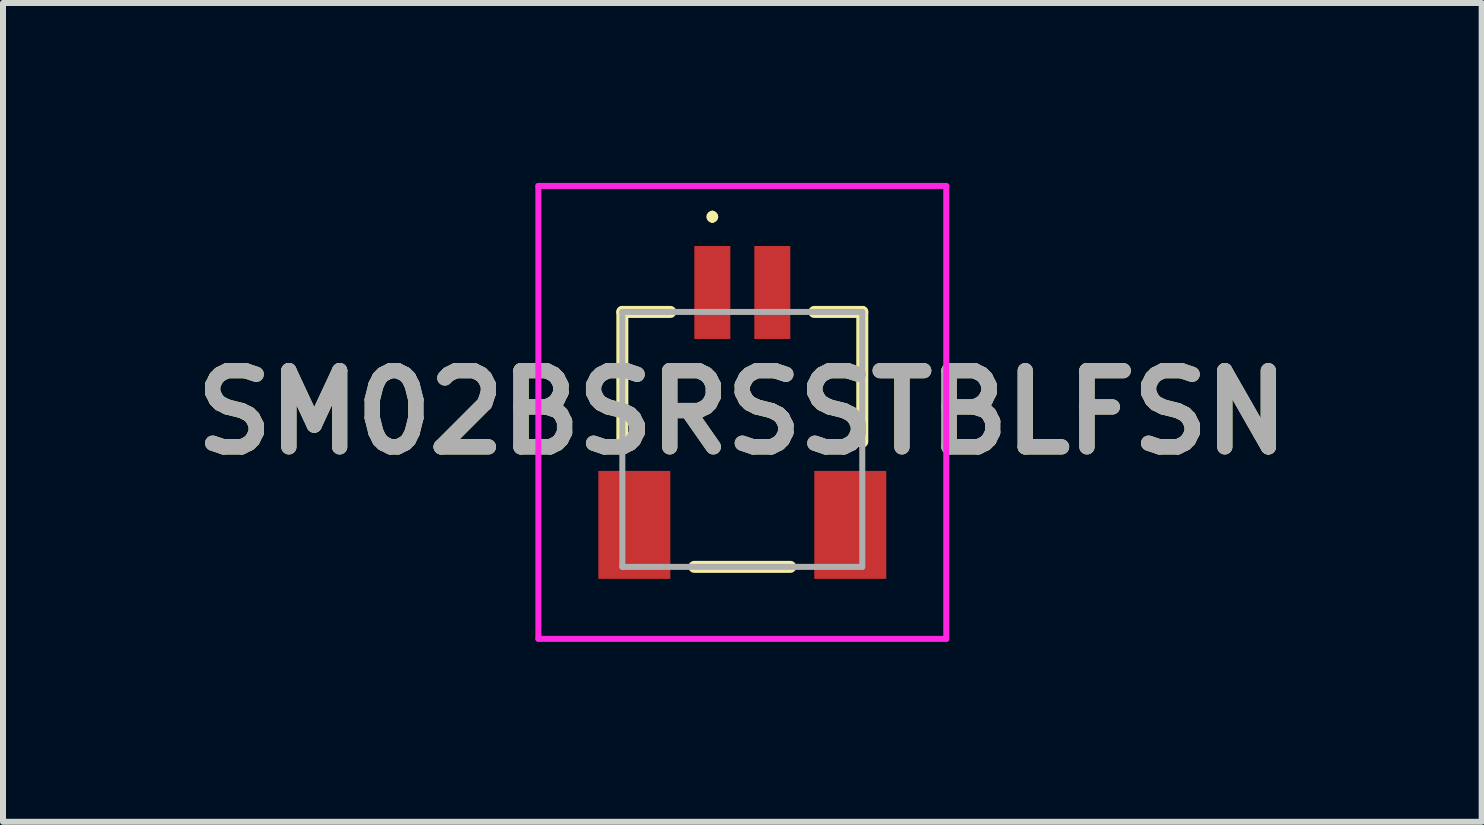
<source format=kicad_pcb>
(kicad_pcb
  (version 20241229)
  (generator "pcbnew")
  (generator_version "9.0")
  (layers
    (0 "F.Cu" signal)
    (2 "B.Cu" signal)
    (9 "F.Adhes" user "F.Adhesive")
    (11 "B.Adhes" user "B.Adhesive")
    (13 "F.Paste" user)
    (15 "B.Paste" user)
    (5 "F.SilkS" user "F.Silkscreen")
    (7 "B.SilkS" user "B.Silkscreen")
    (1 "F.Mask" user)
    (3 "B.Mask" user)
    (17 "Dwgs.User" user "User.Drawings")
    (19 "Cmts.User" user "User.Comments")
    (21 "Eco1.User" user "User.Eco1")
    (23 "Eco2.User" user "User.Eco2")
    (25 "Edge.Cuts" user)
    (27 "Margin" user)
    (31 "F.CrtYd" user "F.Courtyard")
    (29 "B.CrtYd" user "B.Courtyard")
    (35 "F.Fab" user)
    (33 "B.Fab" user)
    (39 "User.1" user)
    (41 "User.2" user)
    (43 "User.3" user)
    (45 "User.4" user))
  (footprint "SM02BSRSSTBLFSN"
    (layer "F.Cu")
    (at 9.325 4.113)
    (property "Reference" "SM02BSRSSTBLFSN" (at 0 -0.288 0) (layer "F.SilkS") (effects (font (size 1.27 1.27) (thickness 0.254))))
    (attr smd)
    (fp_line (start -2 -1.963) (end -2 0.2) (stroke (width 0.2) (type solid)) (layer "F.SilkS"))
    (fp_line (start -1.2 -1.963) (end -2 -1.963) (stroke (width 0.2) (type solid)) (layer "F.SilkS"))
    (fp_line (start -0.8 2.287) (end 0.8 2.287) (stroke (width 0.2) (type solid)) (layer "F.SilkS"))
    (fp_line (start -0.5 -3.6) (end -0.5 -3.6) (stroke (width 0.1) (type solid)) (layer "F.SilkS"))
    (fp_line (start -0.5 -3.5) (end -0.5 -3.5) (stroke (width 0.1) (type solid)) (layer "F.SilkS"))
    (fp_line (start 1.2 -1.963) (end 2 -1.963) (stroke (width 0.2) (type solid)) (layer "F.SilkS"))
    (fp_line (start 2 -1.963) (end 2 0.2) (stroke (width 0.2) (type solid)) (layer "F.SilkS"))
    (fp_arc (start -0.5 -3.6) (mid -0.45 -3.55) (end -0.5 -3.5) (stroke (width 0.1) (type solid)) (layer "F.SilkS"))
    (fp_arc (start -0.5 -3.5) (mid -0.55 -3.55) (end -0.5 -3.6) (stroke (width 0.1) (type solid)) (layer "F.SilkS"))
    (fp_line (start -3.4 -4.063) (end 3.4 -4.063) (stroke (width 0.1) (type solid)) (layer "F.CrtYd"))
    (fp_line (start -3.4 3.487) (end -3.4 -4.063) (stroke (width 0.1) (type solid)) (layer "F.CrtYd"))
    (fp_line (start 3.4 -4.063) (end 3.4 3.487) (stroke (width 0.1) (type solid)) (layer "F.CrtYd"))
    (fp_line (start 3.4 3.487) (end -3.4 3.487) (stroke (width 0.1) (type solid)) (layer "F.CrtYd"))
    (fp_line (start -2 -1.963) (end 2 -1.963) (stroke (width 0.1) (type solid)) (layer "F.Fab"))
    (fp_line (start -2 2.287) (end -2 -1.963) (stroke (width 0.1) (type solid)) (layer "F.Fab"))
    (fp_line (start 2 -1.963) (end 2 2.287) (stroke (width 0.1) (type solid)) (layer "F.Fab"))
    (fp_line (start 2 2.287) (end -2 2.287) (stroke (width 0.1) (type solid)) (layer "F.Fab"))
    (fp_text user "${REFERENCE}" (at 0 -0.288 0) (layer "F.Fab") (effects (font (size 1.27 1.27) (thickness 0.254))))
    (pad "1" smd rect (at -0.5 -2.287) (size 0.6 1.55) (layers "F.Cu" "F.Mask" "F.Paste"))
    (pad "2" smd rect (at 0.5 -2.287) (size 0.6 1.55) (layers "F.Cu" "F.Mask" "F.Paste"))
    (pad "3" smd rect (at -1.8 1.587) (size 1.2 1.8) (layers "F.Cu" "F.Mask" "F.Paste"))
    (pad "4" smd rect (at 1.8 1.587) (size 1.2 1.8) (layers "F.Cu" "F.Mask" "F.Paste")))
  (gr_rect
    (start -3 -3)
    (end 21.651 10.65)
    (stroke (width 0.1) (type default))
    (fill no)
    (layer "Edge.Cuts")))
</source>
